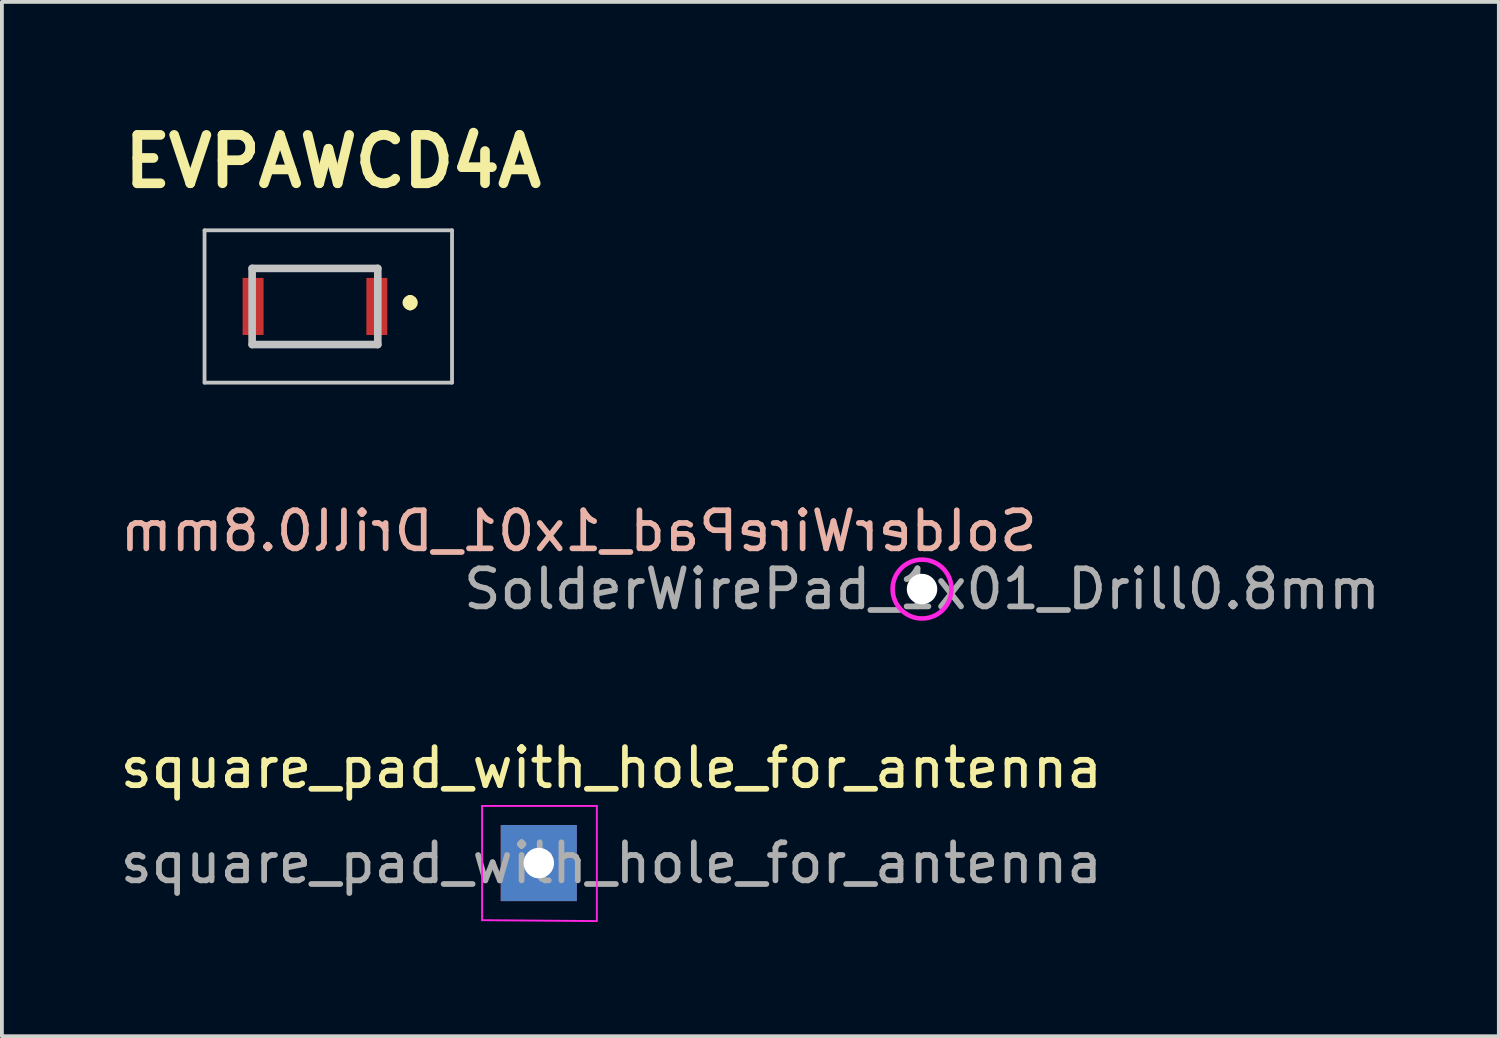
<source format=kicad_pcb>
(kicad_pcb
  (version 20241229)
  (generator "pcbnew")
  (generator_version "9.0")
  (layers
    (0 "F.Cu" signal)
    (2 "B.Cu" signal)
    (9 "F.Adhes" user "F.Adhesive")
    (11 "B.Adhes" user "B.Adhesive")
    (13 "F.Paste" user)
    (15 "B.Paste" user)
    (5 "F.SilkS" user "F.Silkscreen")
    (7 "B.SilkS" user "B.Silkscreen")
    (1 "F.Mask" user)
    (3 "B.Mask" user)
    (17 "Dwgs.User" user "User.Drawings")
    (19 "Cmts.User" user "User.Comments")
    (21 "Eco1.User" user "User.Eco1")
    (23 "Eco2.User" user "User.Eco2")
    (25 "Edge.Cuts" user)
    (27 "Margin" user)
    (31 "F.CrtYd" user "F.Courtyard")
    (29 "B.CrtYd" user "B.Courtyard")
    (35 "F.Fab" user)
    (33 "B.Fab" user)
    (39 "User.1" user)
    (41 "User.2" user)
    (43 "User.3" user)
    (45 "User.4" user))
  (footprint "SolderWirePad_1x01_Drill0.8mm"
    (layer "F.Cu")
    (at 21.166 12.421)
    (property "Reference" "SolderWirePad_1x01_Drill0.8mm" (at -9.017 -1.524 0) (layer "B.SilkS") (effects (font (size 1 1) (thickness 0.15)) (justify mirror)))
    (attr exclude_from_pos_files exclude_from_bom)
    (fp_circle (center 0 0) (end 0.773 0) (stroke (width 0.12) (type solid)) (fill no) (layer "F.CrtYd"))
    (fp_text user "${REFERENCE}" (at 0 0 0) (layer "F.Fab") (effects (font (size 1 1) (thickness 0.15))))
    (pad "" np_thru_hole circle (at 0 0) (size 0.8 0.8) (drill 0.8) (layers "*.Cu" "*.Mask")))
  (footprint "EVPAWCD4A"
    (layer "F.Cu")
    (at 5.697 4.999)
    (property "Reference" "EVPAWCD4A" (at 0 -3.81 0) (layer "F.SilkS") (effects (font (size 1.27 1.27) (thickness 0.254))))
    (attr smd)
    (fp_line (start -2.1 -1) (end 1.15 -1) (stroke (width 0.1) (type solid)) (layer "F.SilkS"))
    (fp_line (start -2.1 1) (end 1.15 1) (stroke (width 0.1) (type solid)) (layer "F.SilkS"))
    (fp_line (start 2.025 -0.2) (end 2.025 -0.2) (stroke (width 0.2) (type solid)) (layer "F.SilkS"))
    (fp_line (start 2.025 0) (end 2.025 0) (stroke (width 0.2) (type solid)) (layer "F.SilkS"))
    (fp_arc (start 2.025 -0.2) (mid 2.125 -0.1) (end 2.025 0) (stroke (width 0.2) (type solid)) (layer "F.SilkS"))
    (fp_arc (start 2.025 0) (mid 1.925 -0.1) (end 2.025 -0.2) (stroke (width 0.2) (type solid)) (layer "F.SilkS"))
    (fp_line (start -3.375 -2) (end 3.125 -2) (stroke (width 0.1) (type solid)) (layer "Dwgs.User"))
    (fp_line (start -3.375 2) (end -3.375 -2) (stroke (width 0.1) (type solid)) (layer "Dwgs.User"))
    (fp_line (start -2.125 -1) (end -2.125 1) (stroke (width 0.2) (type solid)) (layer "Dwgs.User"))
    (fp_line (start -2.125 1) (end 1.175 1) (stroke (width 0.2) (type solid)) (layer "Dwgs.User"))
    (fp_line (start 1.175 -1) (end -2.125 -1) (stroke (width 0.2) (type solid)) (layer "Dwgs.User"))
    (fp_line (start 1.175 1) (end 1.175 -1) (stroke (width 0.2) (type solid)) (layer "Dwgs.User"))
    (fp_line (start 3.125 -2) (end 3.125 2) (stroke (width 0.1) (type solid)) (layer "Dwgs.User"))
    (fp_line (start 3.125 2) (end -3.375 2) (stroke (width 0.1) (type solid)) (layer "Dwgs.User"))
    (pad "1" smd rect (at 1.15 0) (size 0.55 1.5) (layers "F.Cu" "F.Mask" "F.Paste"))
    (pad "2" smd rect (at -2.1 0) (size 0.55 1.5) (layers "F.Cu" "F.Mask" "F.Paste")))
  (footprint "square_pad_with_hole_for_antenna"
    (layer "F.Cu")
    (at 11.101 19.617)
    (property "Reference" "square_pad_with_hole_for_antenna" (at 1.905 -2.5 0) (layer "F.SilkS") (effects (font (size 1 1) (thickness 0.15))))
    (attr exclude_from_pos_files exclude_from_bom)
    (fp_line (start -1.49 -1.5) (end -1.49 1.5) (stroke (width 0.05) (type solid)) (layer "F.CrtYd"))
    (fp_line (start -1.49 -1.5) (end 1.524 -1.5) (stroke (width 0.05) (type solid)) (layer "F.CrtYd"))
    (fp_line (start 1.524 1.5) (end 1.524 -1.5) (stroke (width 0.05) (type solid)) (layer "F.CrtYd"))
    (fp_line (start 1.524 1.524) (end -1.49 1.5) (stroke (width 0.05) (type solid)) (layer "F.CrtYd"))
    (fp_text user "${REFERENCE}" (at 1.905 0 0) (layer "F.Fab") (effects (font (size 1 1) (thickness 0.15))))
    (pad "1" thru_hole rect (at 0 0) (size 1.999 1.999) (drill 0.8) (layers "*.Cu" "*.Mask")))
  (gr_rect
    (start -3 -3)
    (end 36.315 24.166)
    (stroke (width 0.1) (type default))
    (fill no)
    (layer "Edge.Cuts")))
</source>
